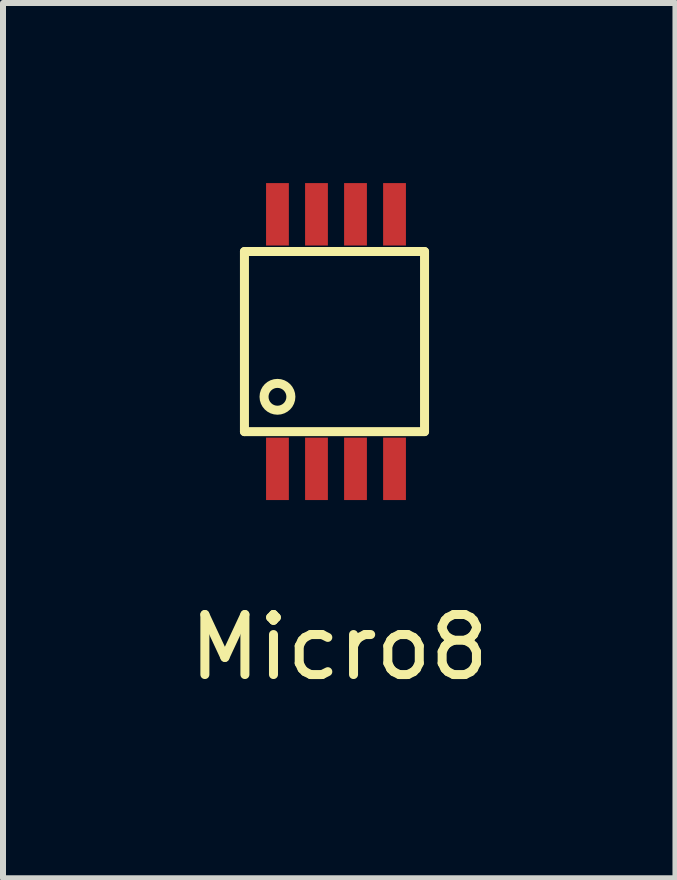
<source format=kicad_pcb>
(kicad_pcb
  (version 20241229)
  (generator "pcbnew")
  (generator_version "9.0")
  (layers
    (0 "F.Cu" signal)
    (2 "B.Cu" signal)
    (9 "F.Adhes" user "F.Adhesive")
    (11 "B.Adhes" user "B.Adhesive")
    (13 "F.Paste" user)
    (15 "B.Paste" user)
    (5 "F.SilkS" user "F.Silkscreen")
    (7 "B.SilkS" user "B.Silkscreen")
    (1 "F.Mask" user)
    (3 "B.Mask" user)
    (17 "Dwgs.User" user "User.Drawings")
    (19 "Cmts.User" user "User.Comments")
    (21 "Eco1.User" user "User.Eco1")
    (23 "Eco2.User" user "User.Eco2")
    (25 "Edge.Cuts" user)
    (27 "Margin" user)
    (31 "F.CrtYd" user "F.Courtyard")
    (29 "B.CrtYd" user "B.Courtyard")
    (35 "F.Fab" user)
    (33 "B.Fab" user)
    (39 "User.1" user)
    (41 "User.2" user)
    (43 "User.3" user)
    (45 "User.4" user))
  (footprint "Micro8"
    (layer "F.Cu")
    (at 1.572 4.76)
    (property "Reference" "Micro8" (at 1.029 2.972 0) (layer "F.SilkS") (effects (font (size 1 1) (thickness 0.15))))
    (attr through_hole)
    (fp_line (start -0.55 -3.62) (end 2.45 -3.62) (stroke (width 0.15) (type solid)) (layer "F.SilkS"))
    (fp_line (start -0.55 -0.62) (end -0.55 -3.62) (stroke (width 0.15) (type solid)) (layer "F.SilkS"))
    (fp_line (start -0.55 -0.62) (end 2.45 -0.62) (stroke (width 0.15) (type solid)) (layer "F.SilkS"))
    (fp_line (start 2.45 -3.62) (end 2.45 -0.62) (stroke (width 0.15) (type solid)) (layer "F.SilkS"))
    (fp_circle (center 0 -1.2) (end 0.2 -1.1) (stroke (width 0.15) (type solid)) (fill no) (layer "F.SilkS"))
    (pad "1" smd rect (at 0 0) (size 0.38 1.04) (layers "F.Cu" "F.Mask" "F.Paste"))
    (pad "2" smd rect (at 0.65 0) (size 0.38 1.04) (layers "F.Cu" "F.Mask" "F.Paste"))
    (pad "3" smd rect (at 1.3 0) (size 0.38 1.04) (layers "F.Cu" "F.Mask" "F.Paste"))
    (pad "4" smd rect (at 1.95 0) (size 0.38 1.04) (layers "F.Cu" "F.Mask" "F.Paste"))
    (pad "5" smd rect (at 1.95 -4.24) (size 0.38 1.04) (layers "F.Cu" "F.Mask" "F.Paste"))
    (pad "6" smd rect (at 1.3 -4.24) (size 0.38 1.04) (layers "F.Cu" "F.Mask" "F.Paste"))
    (pad "7" smd rect (at 0.65 -4.24) (size 0.38 1.04) (layers "F.Cu" "F.Mask" "F.Paste"))
    (pad "8" smd rect (at 0 -4.24) (size 0.38 1.04) (layers "F.Cu" "F.Mask" "F.Paste")))
  (gr_rect
    (start -3 -3)
    (end 8.202 11.58)
    (stroke (width 0.1) (type default))
    (fill no)
    (layer "Edge.Cuts")))
</source>
